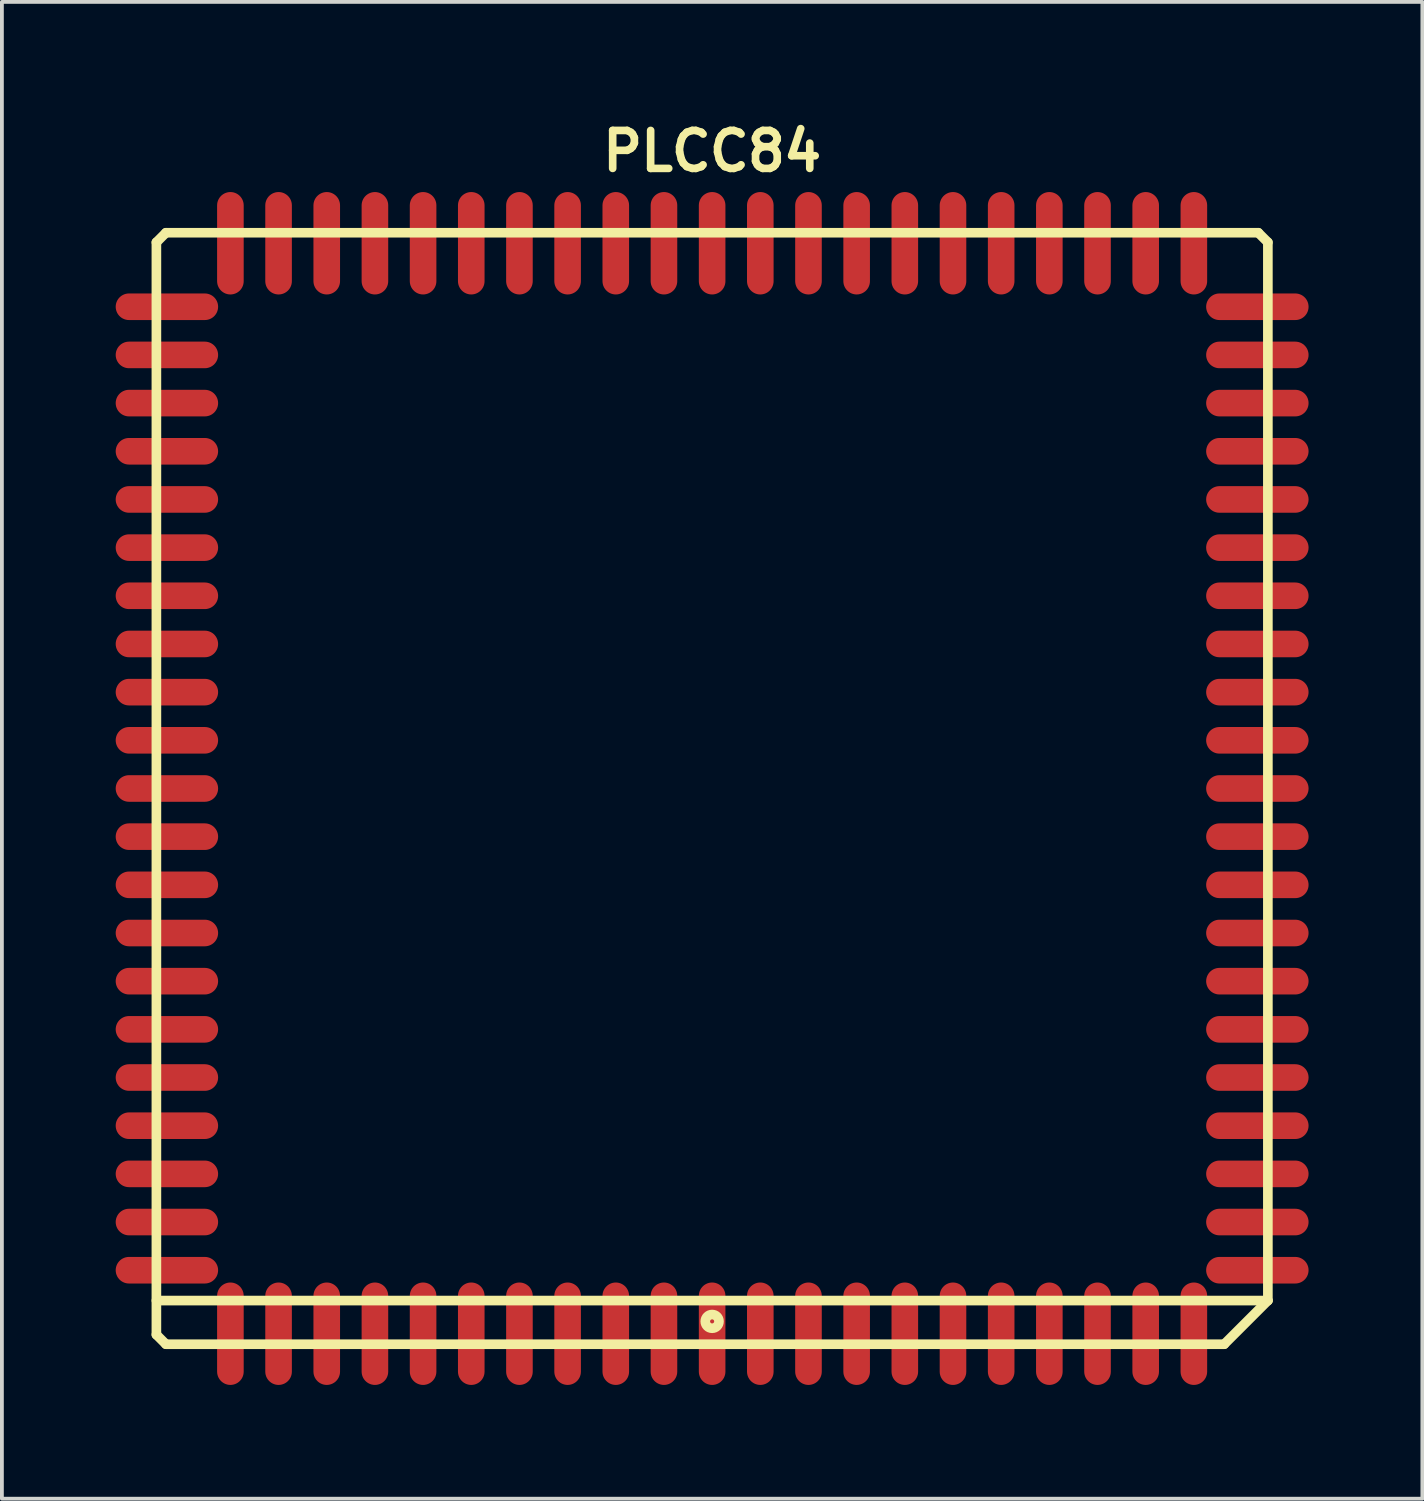
<source format=kicad_pcb>
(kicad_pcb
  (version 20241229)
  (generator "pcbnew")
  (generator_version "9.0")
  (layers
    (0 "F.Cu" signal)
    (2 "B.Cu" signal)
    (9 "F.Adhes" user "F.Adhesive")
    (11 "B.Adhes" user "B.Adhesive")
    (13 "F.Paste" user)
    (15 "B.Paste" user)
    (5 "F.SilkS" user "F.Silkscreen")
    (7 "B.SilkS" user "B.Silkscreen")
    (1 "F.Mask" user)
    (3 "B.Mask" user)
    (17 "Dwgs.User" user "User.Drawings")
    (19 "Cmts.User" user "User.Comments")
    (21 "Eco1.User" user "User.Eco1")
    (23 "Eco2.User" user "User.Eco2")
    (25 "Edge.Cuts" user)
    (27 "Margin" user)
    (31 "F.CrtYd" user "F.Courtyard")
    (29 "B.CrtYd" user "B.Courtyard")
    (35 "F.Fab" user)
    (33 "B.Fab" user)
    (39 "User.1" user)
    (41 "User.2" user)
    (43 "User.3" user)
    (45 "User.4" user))
  (footprint "PLCC84"
    (layer "F.Cu")
    (at 15.724 17.737)
    (property "Reference" "PLCC84" (at 0 -16.8 0) (layer "F.SilkS") (effects (font (size 1.001 1.001) (thickness 0.201))))
    (attr smd)
    (fp_line (start -14.651 -14.399) (end -14.399 -14.651) (stroke (width 0.254) (type solid)) (layer "F.SilkS"))
    (fp_line (start -14.651 14.399) (end -14.651 -14.399) (stroke (width 0.254) (type solid)) (layer "F.SilkS"))
    (fp_line (start -14.399 -14.651) (end 14.399 -14.651) (stroke (width 0.254) (type solid)) (layer "F.SilkS"))
    (fp_line (start -14.399 14.651) (end -14.651 14.399) (stroke (width 0.254) (type solid)) (layer "F.SilkS"))
    (fp_line (start 13.5 14.651) (end -14.399 14.651) (stroke (width 0.254) (type solid)) (layer "F.SilkS"))
    (fp_line (start 14.399 -14.651) (end 14.651 -14.399) (stroke (width 0.254) (type solid)) (layer "F.SilkS"))
    (fp_line (start 14.651 -14.399) (end 14.651 13.5) (stroke (width 0.254) (type solid)) (layer "F.SilkS"))
    (fp_line (start 14.651 13.5) (end -14.651 13.5) (stroke (width 0.254) (type solid)) (layer "F.SilkS"))
    (fp_line (start 14.651 13.5) (end 13.5 14.651) (stroke (width 0.254) (type solid)) (layer "F.SilkS"))
    (fp_circle (center 0 14.049) (end -0.15 14.15) (stroke (width 0.254) (type solid)) (fill no) (layer "F.SilkS"))
    (pad "1" smd oval (at 0 14.374) (size 0.701 2.7) (layers "F.Cu" "F.Mask" "F.Paste"))
    (pad "2" smd oval (at 1.27 14.374) (size 0.701 2.7) (layers "F.Cu" "F.Mask" "F.Paste"))
    (pad "3" smd oval (at 2.54 14.374) (size 0.701 2.7) (layers "F.Cu" "F.Mask" "F.Paste"))
    (pad "4" smd oval (at 3.81 14.374) (size 0.701 2.7) (layers "F.Cu" "F.Mask" "F.Paste"))
    (pad "5" smd oval (at 5.08 14.374) (size 0.701 2.7) (layers "F.Cu" "F.Mask" "F.Paste"))
    (pad "6" smd oval (at 6.35 14.374) (size 0.701 2.7) (layers "F.Cu" "F.Mask" "F.Paste"))
    (pad "7" smd oval (at 7.62 14.374) (size 0.701 2.7) (layers "F.Cu" "F.Mask" "F.Paste"))
    (pad "8" smd oval (at 8.89 14.374) (size 0.701 2.7) (layers "F.Cu" "F.Mask" "F.Paste"))
    (pad "9" smd oval (at 10.16 14.374) (size 0.701 2.7) (layers "F.Cu" "F.Mask" "F.Paste"))
    (pad "10" smd oval (at 11.43 14.374) (size 0.701 2.7) (layers "F.Cu" "F.Mask" "F.Paste"))
    (pad "11" smd oval (at 12.7 14.374) (size 0.701 2.7) (layers "F.Cu" "F.Mask" "F.Paste"))
    (pad "12" smd oval (at 14.374 12.7) (size 2.7 0.701) (layers "F.Cu" "F.Mask" "F.Paste"))
    (pad "13" smd oval (at 14.374 11.43) (size 2.7 0.701) (layers "F.Cu" "F.Mask" "F.Paste"))
    (pad "14" smd oval (at 14.374 10.16) (size 2.7 0.701) (layers "F.Cu" "F.Mask" "F.Paste"))
    (pad "15" smd oval (at 14.374 8.89) (size 2.7 0.701) (layers "F.Cu" "F.Mask" "F.Paste"))
    (pad "16" smd oval (at 14.374 7.62) (size 2.7 0.701) (layers "F.Cu" "F.Mask" "F.Paste"))
    (pad "17" smd oval (at 14.374 6.35) (size 2.7 0.701) (layers "F.Cu" "F.Mask" "F.Paste"))
    (pad "18" smd oval (at 14.374 5.08) (size 2.7 0.701) (layers "F.Cu" "F.Mask" "F.Paste"))
    (pad "19" smd oval (at 14.374 3.81) (size 2.7 0.701) (layers "F.Cu" "F.Mask" "F.Paste"))
    (pad "20" smd oval (at 14.374 2.54) (size 2.7 0.701) (layers "F.Cu" "F.Mask" "F.Paste"))
    (pad "21" smd oval (at 14.374 1.27) (size 2.7 0.701) (layers "F.Cu" "F.Mask" "F.Paste"))
    (pad "22" smd oval (at 14.374 0) (size 2.7 0.701) (layers "F.Cu" "F.Mask" "F.Paste"))
    (pad "23" smd oval (at 14.374 -1.27) (size 2.7 0.701) (layers "F.Cu" "F.Mask" "F.Paste"))
    (pad "24" smd oval (at 14.374 -2.54) (size 2.7 0.701) (layers "F.Cu" "F.Mask" "F.Paste"))
    (pad "25" smd oval (at 14.374 -3.81) (size 2.7 0.701) (layers "F.Cu" "F.Mask" "F.Paste"))
    (pad "26" smd oval (at 14.374 -5.08) (size 2.7 0.701) (layers "F.Cu" "F.Mask" "F.Paste"))
    (pad "27" smd oval (at 14.374 -6.35) (size 2.7 0.701) (layers "F.Cu" "F.Mask" "F.Paste"))
    (pad "28" smd oval (at 14.374 -7.62) (size 2.7 0.701) (layers "F.Cu" "F.Mask" "F.Paste"))
    (pad "29" smd oval (at 14.374 -8.89) (size 2.7 0.701) (layers "F.Cu" "F.Mask" "F.Paste"))
    (pad "30" smd oval (at 14.374 -10.16) (size 2.7 0.701) (layers "F.Cu" "F.Mask" "F.Paste"))
    (pad "31" smd oval (at 14.374 -11.43) (size 2.7 0.701) (layers "F.Cu" "F.Mask" "F.Paste"))
    (pad "32" smd oval (at 14.374 -12.7) (size 2.7 0.701) (layers "F.Cu" "F.Mask" "F.Paste"))
    (pad "33" smd oval (at 12.7 -14.374) (size 0.701 2.7) (layers "F.Cu" "F.Mask" "F.Paste"))
    (pad "34" smd oval (at 11.43 -14.374) (size 0.701 2.7) (layers "F.Cu" "F.Mask" "F.Paste"))
    (pad "35" smd oval (at 10.16 -14.374) (size 0.701 2.7) (layers "F.Cu" "F.Mask" "F.Paste"))
    (pad "36" smd oval (at 8.89 -14.374) (size 0.701 2.7) (layers "F.Cu" "F.Mask" "F.Paste"))
    (pad "37" smd oval (at 7.62 -14.374) (size 0.701 2.7) (layers "F.Cu" "F.Mask" "F.Paste"))
    (pad "38" smd oval (at 6.35 -14.374) (size 0.701 2.7) (layers "F.Cu" "F.Mask" "F.Paste"))
    (pad "39" smd oval (at 5.08 -14.374) (size 0.701 2.7) (layers "F.Cu" "F.Mask" "F.Paste"))
    (pad "40" smd oval (at 3.81 -14.374) (size 0.701 2.7) (layers "F.Cu" "F.Mask" "F.Paste"))
    (pad "41" smd oval (at 2.54 -14.374) (size 0.701 2.7) (layers "F.Cu" "F.Mask" "F.Paste"))
    (pad "42" smd oval (at 1.27 -14.374) (size 0.701 2.7) (layers "F.Cu" "F.Mask" "F.Paste"))
    (pad "43" smd oval (at 0 -14.374) (size 0.701 2.7) (layers "F.Cu" "F.Mask" "F.Paste"))
    (pad "44" smd oval (at -1.27 -14.374) (size 0.701 2.7) (layers "F.Cu" "F.Mask" "F.Paste"))
    (pad "45" smd oval (at -2.54 -14.374) (size 0.701 2.7) (layers "F.Cu" "F.Mask" "F.Paste"))
    (pad "46" smd oval (at -3.81 -14.374) (size 0.701 2.7) (layers "F.Cu" "F.Mask" "F.Paste"))
    (pad "47" smd oval (at -5.08 -14.374) (size 0.701 2.7) (layers "F.Cu" "F.Mask" "F.Paste"))
    (pad "48" smd oval (at -6.35 -14.374) (size 0.701 2.7) (layers "F.Cu" "F.Mask" "F.Paste"))
    (pad "49" smd oval (at -7.62 -14.374) (size 0.701 2.7) (layers "F.Cu" "F.Mask" "F.Paste"))
    (pad "50" smd oval (at -8.89 -14.374) (size 0.701 2.7) (layers "F.Cu" "F.Mask" "F.Paste"))
    (pad "51" smd oval (at -10.16 -14.374) (size 0.701 2.7) (layers "F.Cu" "F.Mask" "F.Paste"))
    (pad "52" smd oval (at -11.43 -14.374) (size 0.701 2.7) (layers "F.Cu" "F.Mask" "F.Paste"))
    (pad "53" smd oval (at -12.7 -14.374) (size 0.701 2.7) (layers "F.Cu" "F.Mask" "F.Paste"))
    (pad "54" smd oval (at -14.374 -12.7) (size 2.7 0.701) (layers "F.Cu" "F.Mask" "F.Paste"))
    (pad "55" smd oval (at -14.374 -11.43) (size 2.7 0.701) (layers "F.Cu" "F.Mask" "F.Paste"))
    (pad "56" smd oval (at -14.374 -10.16) (size 2.7 0.701) (layers "F.Cu" "F.Mask" "F.Paste"))
    (pad "57" smd oval (at -14.374 -8.89) (size 2.7 0.701) (layers "F.Cu" "F.Mask" "F.Paste"))
    (pad "58" smd oval (at -14.374 -7.62) (size 2.7 0.701) (layers "F.Cu" "F.Mask" "F.Paste"))
    (pad "59" smd oval (at -14.374 -6.35) (size 2.7 0.701) (layers "F.Cu" "F.Mask" "F.Paste"))
    (pad "60" smd oval (at -14.374 -5.08) (size 2.7 0.701) (layers "F.Cu" "F.Mask" "F.Paste"))
    (pad "61" smd oval (at -14.374 -3.81) (size 2.7 0.701) (layers "F.Cu" "F.Mask" "F.Paste"))
    (pad "62" smd oval (at -14.374 -2.54) (size 2.7 0.701) (layers "F.Cu" "F.Mask" "F.Paste"))
    (pad "63" smd oval (at -14.374 -1.27) (size 2.7 0.701) (layers "F.Cu" "F.Mask" "F.Paste"))
    (pad "64" smd oval (at -14.374 0) (size 2.7 0.701) (layers "F.Cu" "F.Mask" "F.Paste"))
    (pad "65" smd oval (at -14.374 1.27) (size 2.7 0.701) (layers "F.Cu" "F.Mask" "F.Paste"))
    (pad "66" smd oval (at -14.374 2.54) (size 2.7 0.701) (layers "F.Cu" "F.Mask" "F.Paste"))
    (pad "67" smd oval (at -14.374 3.81) (size 2.7 0.701) (layers "F.Cu" "F.Mask" "F.Paste"))
    (pad "68" smd oval (at -14.374 5.08) (size 2.7 0.701) (layers "F.Cu" "F.Mask" "F.Paste"))
    (pad "69" smd oval (at -14.374 6.35) (size 2.7 0.701) (layers "F.Cu" "F.Mask" "F.Paste"))
    (pad "70" smd oval (at -14.374 7.62) (size 2.7 0.701) (layers "F.Cu" "F.Mask" "F.Paste"))
    (pad "71" smd oval (at -14.374 8.89) (size 2.7 0.701) (layers "F.Cu" "F.Mask" "F.Paste"))
    (pad "72" smd oval (at -14.374 10.16) (size 2.7 0.701) (layers "F.Cu" "F.Mask" "F.Paste"))
    (pad "73" smd oval (at -14.374 11.43) (size 2.7 0.701) (layers "F.Cu" "F.Mask" "F.Paste"))
    (pad "74" smd oval (at -14.374 12.7) (size 2.7 0.701) (layers "F.Cu" "F.Mask" "F.Paste"))
    (pad "75" smd oval (at -12.7 14.374) (size 0.701 2.7) (layers "F.Cu" "F.Mask" "F.Paste"))
    (pad "76" smd oval (at -11.43 14.374) (size 0.701 2.7) (layers "F.Cu" "F.Mask" "F.Paste"))
    (pad "77" smd oval (at -10.16 14.374) (size 0.701 2.7) (layers "F.Cu" "F.Mask" "F.Paste"))
    (pad "78" smd oval (at -8.89 14.374) (size 0.701 2.7) (layers "F.Cu" "F.Mask" "F.Paste"))
    (pad "79" smd oval (at -7.62 14.374) (size 0.701 2.7) (layers "F.Cu" "F.Mask" "F.Paste"))
    (pad "80" smd oval (at -6.35 14.374) (size 0.701 2.7) (layers "F.Cu" "F.Mask" "F.Paste"))
    (pad "81" smd oval (at -5.08 14.374) (size 0.701 2.7) (layers "F.Cu" "F.Mask" "F.Paste"))
    (pad "82" smd oval (at -3.81 14.374) (size 0.701 2.7) (layers "F.Cu" "F.Mask" "F.Paste"))
    (pad "83" smd oval (at -2.54 14.374) (size 0.701 2.7) (layers "F.Cu" "F.Mask" "F.Paste"))
    (pad "84" smd oval (at -1.27 14.374) (size 0.701 2.7) (layers "F.Cu" "F.Mask" "F.Paste")))
  (gr_rect
    (start -3 -3)
    (end 34.448 36.461)
    (stroke (width 0.1) (type default))
    (fill no)
    (layer "Edge.Cuts")))
</source>
